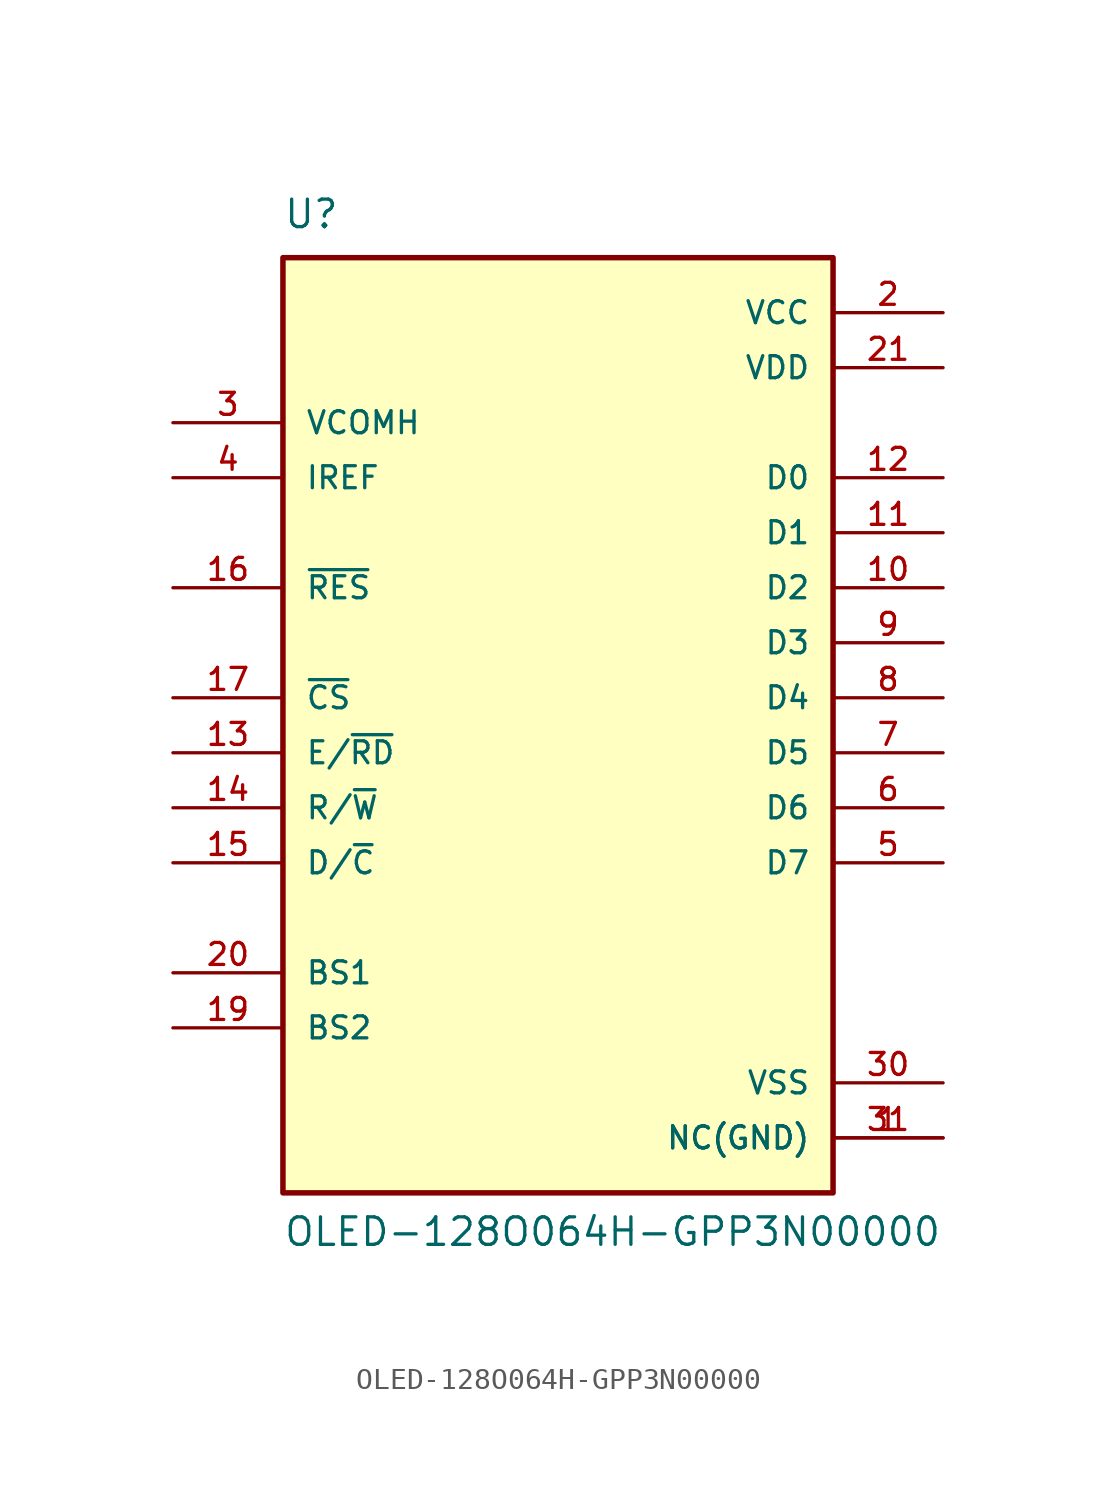
<source format=kicad_sym>
(kicad_symbol_lib
  (version 20211014)
  (generator kicad_symbol_editor)
  (symbol "OLED-128O064H-GPP3N00000"
    (pin_names
      (offset 1.016))
    (property "Reference" "U"
      (at -12.7 21.59 0)
      (effects (font (size 1.27 1.27)) (justify bottom left)))
    (property "Value" "OLED-128O064H-GPP3N00000"
      (at -12.7 -25.4 0)
      (effects (font (size 1.27 1.27)) (justify bottom left)))
    (symbol "OLED-128O064H-GPP3N00000_0_0"
      (rectangle (start -12.7 -22.86) (end 12.7 20.32) (stroke (width 0.254)) (fill (type background)))
      (pin passive line (at 17.78 -20.32 180.0) (length 5.08) (name "NC(GND)" (effects (font (size 1.016 1.016)))) (number "1" (effects (font (size 1.016 1.016)))))
      (pin passive line (at 17.78 -20.32 180.0) (length 5.08) (name "NC(GND)" (effects (font (size 1.016 1.016)))) (number "31" (effects (font (size 1.016 1.016)))))
      (pin power_in line (at 17.78 17.78 180.0) (length 5.08) (name "VCC" (effects (font (size 1.016 1.016)))) (number "2" (effects (font (size 1.016 1.016)))))
      (pin input line (at -17.78 12.7 0) (length 5.08) (name "VCOMH" (effects (font (size 1.016 1.016)))) (number "3" (effects (font (size 1.016 1.016)))))
      (pin input line (at -17.78 10.16 0) (length 5.08) (name "IREF" (effects (font (size 1.016 1.016)))) (number "4" (effects (font (size 1.016 1.016)))))
      (pin bidirectional line (at 17.78 10.16 180.0) (length 5.08) (name "D0" (effects (font (size 1.016 1.016)))) (number "12" (effects (font (size 1.016 1.016)))))
      (pin input line (at -17.78 -2.54 0) (length 5.08) (name "E/~{RD}" (effects (font (size 1.016 1.016)))) (number "13" (effects (font (size 1.016 1.016)))))
      (pin input line (at -17.78 -5.08 0) (length 5.08) (name "R/~{W}" (effects (font (size 1.016 1.016)))) (number "14" (effects (font (size 1.016 1.016)))))
      (pin input line (at -17.78 -7.62 0) (length 5.08) (name "D/~{C}" (effects (font (size 1.016 1.016)))) (number "15" (effects (font (size 1.016 1.016)))))
      (pin input line (at -17.78 5.08 0) (length 5.08) (name "~{RES}" (effects (font (size 1.016 1.016)))) (number "16" (effects (font (size 1.016 1.016)))))
      (pin input line (at -17.78 0.0 0) (length 5.08) (name "~{CS}" (effects (font (size 1.016 1.016)))) (number "17" (effects (font (size 1.016 1.016)))))
      (pin input line (at -17.78 -15.24 0) (length 5.08) (name "BS2" (effects (font (size 1.016 1.016)))) (number "19" (effects (font (size 1.016 1.016)))))
      (pin input line (at -17.78 -12.7 0) (length 5.08) (name "BS1" (effects (font (size 1.016 1.016)))) (number "20" (effects (font (size 1.016 1.016)))))
      (pin power_in line (at 17.78 15.24 180.0) (length 5.08) (name "VDD" (effects (font (size 1.016 1.016)))) (number "21" (effects (font (size 1.016 1.016)))))
      (pin power_in line (at 17.78 -17.78 180.0) (length 5.08) (name "VSS" (effects (font (size 1.016 1.016)))) (number "30" (effects (font (size 1.016 1.016)))))
      (pin bidirectional line (at 17.78 7.62 180.0) (length 5.08) (name "D1" (effects (font (size 1.016 1.016)))) (number "11" (effects (font (size 1.016 1.016)))))
      (pin bidirectional line (at 17.78 5.08 180.0) (length 5.08) (name "D2" (effects (font (size 1.016 1.016)))) (number "10" (effects (font (size 1.016 1.016)))))
      (pin bidirectional line (at 17.78 2.54 180.0) (length 5.08) (name "D3" (effects (font (size 1.016 1.016)))) (number "9" (effects (font (size 1.016 1.016)))))
      (pin bidirectional line (at 17.78 0.0 180.0) (length 5.08) (name "D4" (effects (font (size 1.016 1.016)))) (number "8" (effects (font (size 1.016 1.016)))))
      (pin bidirectional line (at 17.78 -2.54 180.0) (length 5.08) (name "D5" (effects (font (size 1.016 1.016)))) (number "7" (effects (font (size 1.016 1.016)))))
      (pin bidirectional line (at 17.78 -5.08 180.0) (length 5.08) (name "D6" (effects (font (size 1.016 1.016)))) (number "6" (effects (font (size 1.016 1.016)))))
      (pin bidirectional line (at 17.78 -7.62 180.0) (length 5.08) (name "D7" (effects (font (size 1.016 1.016)))) (number "5" (effects (font (size 1.016 1.016))))))))
</source>
